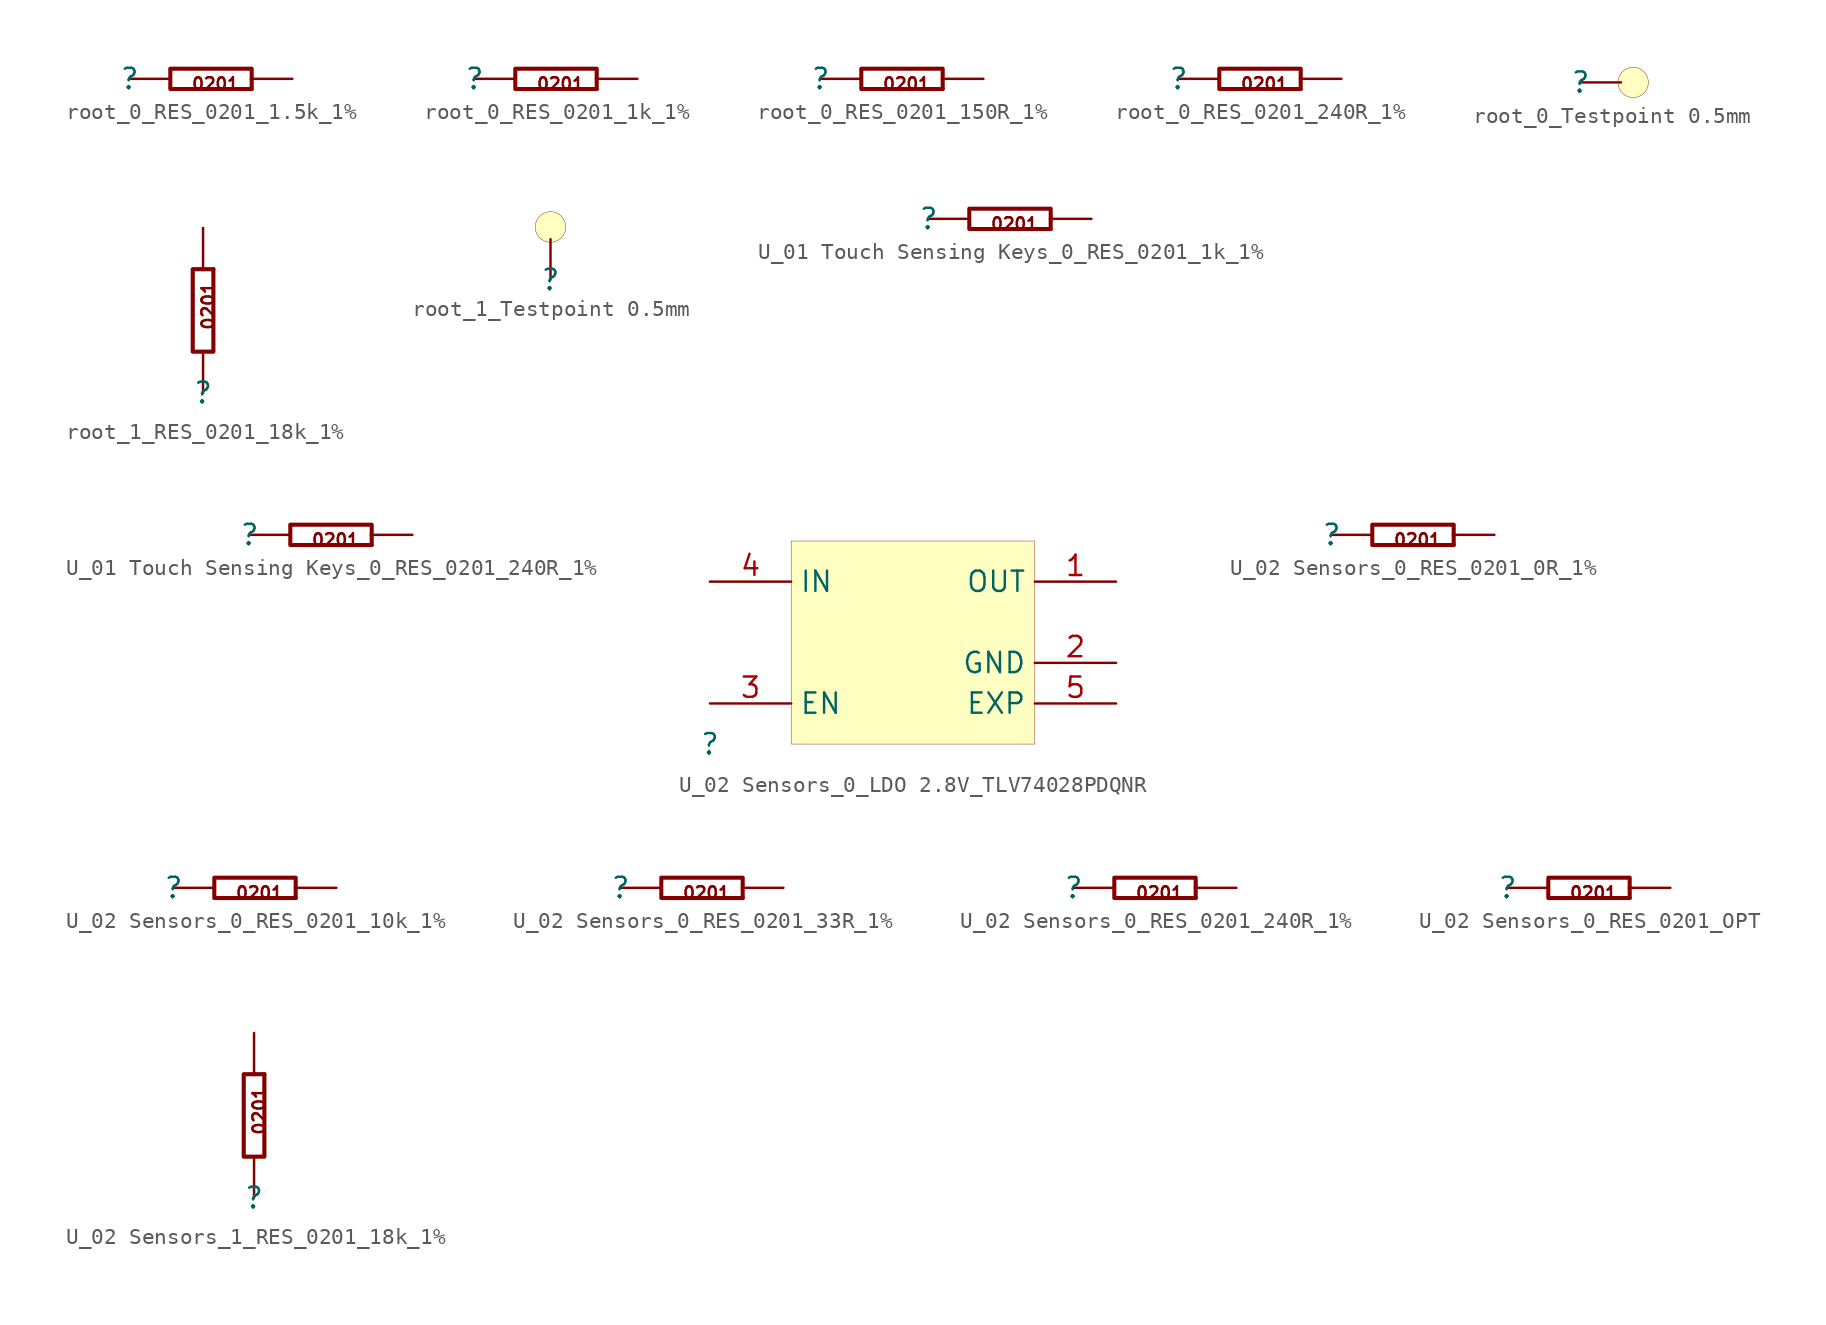
<source format=kicad_sym>
(kicad_symbol_lib
  (version 20231120)
  (generator "kicad_symbol_editor")
  (generator_version "8.0")
  (symbol "root_0_RES_0201_1.5k_1%"
    (property "Reference" ""
      (at 0 0 0)
      (effects (font (size 1.27 1.27))))
    (property "Value" ""
      (at 0 0 0)
      (effects (font (size 1.27 1.27))))
    (symbol "root_0_RES_0201_1.5k_1%_1_0"
      (polyline (pts (xy 7.62 -0.635) (xy 7.62 0)) (stroke (width 0.254) (type solid)) (fill (type none)))
      (polyline (pts (xy 7.62 0) (xy 7.62 0.635) (xy 2.54 0.635) (xy 2.54 -0.635) (xy 7.62 -0.635)) (stroke (width 0.254) (type solid)) (fill (type none)))
      (text "0201" (at 3.81 -0.762 0) (effects (font (size 0.762 0.762)) (justify left bottom)))
      (pin passive line (at 0 0 0) (length 2.54) (name "1" (effects (font (size 0 0)))) (number "1" (effects (font (size 0 0)))))
      (pin passive line (at 10.16 0 180) (length 2.54) (name "2" (effects (font (size 0 0)))) (number "2" (effects (font (size 0 0)))))))
  (symbol "root_0_RES_0201_1k_1%"
    (property "Reference" ""
      (at 0 0 0)
      (effects (font (size 1.27 1.27))))
    (property "Value" ""
      (at 0 0 0)
      (effects (font (size 1.27 1.27))))
    (symbol "root_0_RES_0201_1k_1%_1_0"
      (polyline (pts (xy 7.62 -0.635) (xy 7.62 0)) (stroke (width 0.254) (type solid)) (fill (type none)))
      (polyline (pts (xy 7.62 0) (xy 7.62 0.635) (xy 2.54 0.635) (xy 2.54 -0.635) (xy 7.62 -0.635)) (stroke (width 0.254) (type solid)) (fill (type none)))
      (text "0201" (at 3.81 -0.762 0) (effects (font (size 0.762 0.762)) (justify left bottom)))
      (pin passive line (at 0 0 0) (length 2.54) (name "1" (effects (font (size 0 0)))) (number "1" (effects (font (size 0 0)))))
      (pin passive line (at 10.16 0 180) (length 2.54) (name "2" (effects (font (size 0 0)))) (number "2" (effects (font (size 0 0)))))))
  (symbol "root_0_RES_0201_150R_1%"
    (property "Reference" ""
      (at 0 0 0)
      (effects (font (size 1.27 1.27))))
    (property "Value" ""
      (at 0 0 0)
      (effects (font (size 1.27 1.27))))
    (symbol "root_0_RES_0201_150R_1%_1_0"
      (polyline (pts (xy 7.62 -0.635) (xy 7.62 0)) (stroke (width 0.254) (type solid)) (fill (type none)))
      (polyline (pts (xy 7.62 0) (xy 7.62 0.635) (xy 2.54 0.635) (xy 2.54 -0.635) (xy 7.62 -0.635)) (stroke (width 0.254) (type solid)) (fill (type none)))
      (text "0201" (at 3.81 -0.762 0) (effects (font (size 0.762 0.762)) (justify left bottom)))
      (pin passive line (at 0 0 0) (length 2.54) (name "1" (effects (font (size 0 0)))) (number "1" (effects (font (size 0 0)))))
      (pin passive line (at 10.16 0 180) (length 2.54) (name "2" (effects (font (size 0 0)))) (number "2" (effects (font (size 0 0)))))))
  (symbol "root_0_RES_0201_240R_1%"
    (property "Reference" ""
      (at 0 0 0)
      (effects (font (size 1.27 1.27))))
    (property "Value" ""
      (at 0 0 0)
      (effects (font (size 1.27 1.27))))
    (symbol "root_0_RES_0201_240R_1%_1_0"
      (polyline (pts (xy 7.62 -0.635) (xy 7.62 0)) (stroke (width 0.254) (type solid)) (fill (type none)))
      (polyline (pts (xy 7.62 0) (xy 7.62 0.635) (xy 2.54 0.635) (xy 2.54 -0.635) (xy 7.62 -0.635)) (stroke (width 0.254) (type solid)) (fill (type none)))
      (text "0201" (at 3.81 -0.762 0) (effects (font (size 0.762 0.762)) (justify left bottom)))
      (pin passive line (at 0 0 0) (length 2.54) (name "1" (effects (font (size 0 0)))) (number "1" (effects (font (size 0 0)))))
      (pin passive line (at 10.16 0 180) (length 2.54) (name "2" (effects (font (size 0 0)))) (number "2" (effects (font (size 0 0)))))))
  (symbol "root_0_Testpoint 0.5mm"
    (property "Reference" ""
      (at 0 0 0)
      (effects (font (size 1.27 1.27))))
    (property "Value" ""
      (at 0 0 0)
      (effects (font (size 1.27 1.27))))
    (symbol "root_0_Testpoint 0.5mm_1_0"
      (circle (center 3.302 0) (radius 0.953) (stroke (width 0.025) (type solid)) (fill (type background)))
      (pin passive line (at 0 0 0) (length 2.54) (name "TP" (effects (font (size 0 0)))) (number "TP" (effects (font (size 0 0)))))))
  (symbol "root_1_RES_0201_18k_1%"
    (property "Reference" ""
      (at 0 0 0)
      (effects (font (size 1.27 1.27))))
    (property "Value" ""
      (at 0 0 0)
      (effects (font (size 1.27 1.27))))
    (symbol "root_1_RES_0201_18k_1%_1_0"
      (polyline (pts (xy 0.635 7.62) (xy 0 7.62)) (stroke (width 0.254) (type solid)) (fill (type none)))
      (polyline (pts (xy 0 7.62) (xy -0.635 7.62) (xy -0.635 2.54) (xy 0.635 2.54) (xy 0.635 7.62)) (stroke (width 0.254) (type solid)) (fill (type none)))
      (text "0201" (at 0.762 3.81 900) (effects (font (size 0.762 0.762)) (justify left bottom)))
      (pin passive line (at 0 0 90) (length 2.54) (name "1" (effects (font (size 0 0)))) (number "1" (effects (font (size 0 0)))))
      (pin passive line (at 0 10.16 270) (length 2.54) (name "2" (effects (font (size 0 0)))) (number "2" (effects (font (size 0 0)))))))
  (symbol "root_1_Testpoint 0.5mm"
    (property "Reference" ""
      (at 0 0 0)
      (effects (font (size 1.27 1.27))))
    (property "Value" ""
      (at 0 0 0)
      (effects (font (size 1.27 1.27))))
    (symbol "root_1_Testpoint 0.5mm_1_0"
      (circle (center 0 3.302) (radius 0.953) (stroke (width 0.025) (type solid)) (fill (type background)))
      (pin passive line (at 0 0 90) (length 2.54) (name "TP" (effects (font (size 0 0)))) (number "TP" (effects (font (size 0 0)))))))
  (symbol "U_01 Touch Sensing Keys_0_RES_0201_1k_1%"
    (property "Reference" ""
      (at 0 0 0)
      (effects (font (size 1.27 1.27))))
    (property "Value" ""
      (at 0 0 0)
      (effects (font (size 1.27 1.27))))
    (symbol "U_01 Touch Sensing Keys_0_RES_0201_1k_1%_1_0"
      (polyline (pts (xy 7.62 -0.635) (xy 7.62 0)) (stroke (width 0.254) (type solid)) (fill (type none)))
      (polyline (pts (xy 7.62 0) (xy 7.62 0.635) (xy 2.54 0.635) (xy 2.54 -0.635) (xy 7.62 -0.635)) (stroke (width 0.254) (type solid)) (fill (type none)))
      (text "0201" (at 3.81 -0.762 0) (effects (font (size 0.762 0.762)) (justify left bottom)))
      (pin passive line (at 0 0 0) (length 2.54) (name "1" (effects (font (size 0 0)))) (number "1" (effects (font (size 0 0)))))
      (pin passive line (at 10.16 0 180) (length 2.54) (name "2" (effects (font (size 0 0)))) (number "2" (effects (font (size 0 0)))))))
  (symbol "U_01 Touch Sensing Keys_0_RES_0201_240R_1%"
    (property "Reference" ""
      (at 0 0 0)
      (effects (font (size 1.27 1.27))))
    (property "Value" ""
      (at 0 0 0)
      (effects (font (size 1.27 1.27))))
    (symbol "U_01 Touch Sensing Keys_0_RES_0201_240R_1%_1_0"
      (polyline (pts (xy 7.62 -0.635) (xy 7.62 0)) (stroke (width 0.254) (type solid)) (fill (type none)))
      (polyline (pts (xy 7.62 0) (xy 7.62 0.635) (xy 2.54 0.635) (xy 2.54 -0.635) (xy 7.62 -0.635)) (stroke (width 0.254) (type solid)) (fill (type none)))
      (text "0201" (at 3.81 -0.762 0) (effects (font (size 0.762 0.762)) (justify left bottom)))
      (pin passive line (at 0 0 0) (length 2.54) (name "1" (effects (font (size 0 0)))) (number "1" (effects (font (size 0 0)))))
      (pin passive line (at 10.16 0 180) (length 2.54) (name "2" (effects (font (size 0 0)))) (number "2" (effects (font (size 0 0)))))))
  (symbol "U_02 Sensors_0_LDO 2.8V_TLV74028PDQNR"
    (property "Reference" ""
      (at 0 0 0)
      (effects (font (size 1.27 1.27))))
    (property "Value" ""
      (at 0 0 0)
      (effects (font (size 1.27 1.27))))
    (symbol "U_02 Sensors_0_LDO 2.8V_TLV74028PDQNR_1_0"
      (rectangle (start 20.32 12.7) (end 5.08 0) (stroke (width 0.025) (type solid) (color 128 0 0 1)) (fill (type background)))
      (pin passive line (at 25.4 10.16 180) (length 5.08) (name "OUT" (effects (font (size 1.27 1.27)))) (number "1" (effects (font (size 1.27 1.27)))))
      (pin passive line (at 25.4 5.08 180) (length 5.08) (name "GND" (effects (font (size 1.27 1.27)))) (number "2" (effects (font (size 1.27 1.27)))))
      (pin passive line (at 0 2.54 0) (length 5.08) (name "EN" (effects (font (size 1.27 1.27)))) (number "3" (effects (font (size 1.27 1.27)))))
      (pin passive line (at 0 10.16 0) (length 5.08) (name "IN" (effects (font (size 1.27 1.27)))) (number "4" (effects (font (size 1.27 1.27)))))
      (pin passive line (at 25.4 2.54 180) (length 5.08) (name "EXP" (effects (font (size 1.27 1.27)))) (number "5" (effects (font (size 1.27 1.27)))))))
  (symbol "U_02 Sensors_0_RES_0201_0R_1%"
    (property "Reference" ""
      (at 0 0 0)
      (effects (font (size 1.27 1.27))))
    (property "Value" ""
      (at 0 0 0)
      (effects (font (size 1.27 1.27))))
    (symbol "U_02 Sensors_0_RES_0201_0R_1%_1_0"
      (polyline (pts (xy 7.62 -0.635) (xy 7.62 0)) (stroke (width 0.254) (type solid)) (fill (type none)))
      (polyline (pts (xy 7.62 0) (xy 7.62 0.635) (xy 2.54 0.635) (xy 2.54 -0.635) (xy 7.62 -0.635)) (stroke (width 0.254) (type solid)) (fill (type none)))
      (text "0201" (at 3.81 -0.762 0) (effects (font (size 0.762 0.762)) (justify left bottom)))
      (pin passive line (at 0 0 0) (length 2.54) (name "1" (effects (font (size 0 0)))) (number "1" (effects (font (size 0 0)))))
      (pin passive line (at 10.16 0 180) (length 2.54) (name "2" (effects (font (size 0 0)))) (number "2" (effects (font (size 0 0)))))))
  (symbol "U_02 Sensors_0_RES_0201_10k_1%"
    (property "Reference" ""
      (at 0 0 0)
      (effects (font (size 1.27 1.27))))
    (property "Value" ""
      (at 0 0 0)
      (effects (font (size 1.27 1.27))))
    (symbol "U_02 Sensors_0_RES_0201_10k_1%_1_0"
      (polyline (pts (xy 7.62 -0.635) (xy 7.62 0)) (stroke (width 0.254) (type solid)) (fill (type none)))
      (polyline (pts (xy 7.62 0) (xy 7.62 0.635) (xy 2.54 0.635) (xy 2.54 -0.635) (xy 7.62 -0.635)) (stroke (width 0.254) (type solid)) (fill (type none)))
      (text "0201" (at 3.81 -0.762 0) (effects (font (size 0.762 0.762)) (justify left bottom)))
      (pin passive line (at 0 0 0) (length 2.54) (name "1" (effects (font (size 0 0)))) (number "1" (effects (font (size 0 0)))))
      (pin passive line (at 10.16 0 180) (length 2.54) (name "2" (effects (font (size 0 0)))) (number "2" (effects (font (size 0 0)))))))
  (symbol "U_02 Sensors_0_RES_0201_33R_1%"
    (property "Reference" ""
      (at 0 0 0)
      (effects (font (size 1.27 1.27))))
    (property "Value" ""
      (at 0 0 0)
      (effects (font (size 1.27 1.27))))
    (symbol "U_02 Sensors_0_RES_0201_33R_1%_1_0"
      (polyline (pts (xy 7.62 -0.635) (xy 7.62 0)) (stroke (width 0.254) (type solid)) (fill (type none)))
      (polyline (pts (xy 7.62 0) (xy 7.62 0.635) (xy 2.54 0.635) (xy 2.54 -0.635) (xy 7.62 -0.635)) (stroke (width 0.254) (type solid)) (fill (type none)))
      (text "0201" (at 3.81 -0.762 0) (effects (font (size 0.762 0.762)) (justify left bottom)))
      (pin passive line (at 0 0 0) (length 2.54) (name "1" (effects (font (size 0 0)))) (number "1" (effects (font (size 0 0)))))
      (pin passive line (at 10.16 0 180) (length 2.54) (name "2" (effects (font (size 0 0)))) (number "2" (effects (font (size 0 0)))))))
  (symbol "U_02 Sensors_0_RES_0201_240R_1%"
    (property "Reference" ""
      (at 0 0 0)
      (effects (font (size 1.27 1.27))))
    (property "Value" ""
      (at 0 0 0)
      (effects (font (size 1.27 1.27))))
    (symbol "U_02 Sensors_0_RES_0201_240R_1%_1_0"
      (polyline (pts (xy 7.62 -0.635) (xy 7.62 0)) (stroke (width 0.254) (type solid)) (fill (type none)))
      (polyline (pts (xy 7.62 0) (xy 7.62 0.635) (xy 2.54 0.635) (xy 2.54 -0.635) (xy 7.62 -0.635)) (stroke (width 0.254) (type solid)) (fill (type none)))
      (text "0201" (at 3.81 -0.762 0) (effects (font (size 0.762 0.762)) (justify left bottom)))
      (pin passive line (at 0 0 0) (length 2.54) (name "1" (effects (font (size 0 0)))) (number "1" (effects (font (size 0 0)))))
      (pin passive line (at 10.16 0 180) (length 2.54) (name "2" (effects (font (size 0 0)))) (number "2" (effects (font (size 0 0)))))))
  (symbol "U_02 Sensors_0_RES_0201_OPT"
    (property "Reference" ""
      (at 0 0 0)
      (effects (font (size 1.27 1.27))))
    (property "Value" ""
      (at 0 0 0)
      (effects (font (size 1.27 1.27))))
    (symbol "U_02 Sensors_0_RES_0201_OPT_1_0"
      (polyline (pts (xy 7.62 -0.635) (xy 7.62 0)) (stroke (width 0.254) (type solid)) (fill (type none)))
      (polyline (pts (xy 7.62 0) (xy 7.62 0.635) (xy 2.54 0.635) (xy 2.54 -0.635) (xy 7.62 -0.635)) (stroke (width 0.254) (type solid)) (fill (type none)))
      (text "0201" (at 3.81 -0.762 0) (effects (font (size 0.762 0.762)) (justify left bottom)))
      (pin passive line (at 0 0 0) (length 2.54) (name "1" (effects (font (size 0 0)))) (number "1" (effects (font (size 0 0)))))
      (pin passive line (at 10.16 0 180) (length 2.54) (name "2" (effects (font (size 0 0)))) (number "2" (effects (font (size 0 0)))))))
  (symbol "U_02 Sensors_1_RES_0201_18k_1%"
    (property "Reference" ""
      (at 0 0 0)
      (effects (font (size 1.27 1.27))))
    (property "Value" ""
      (at 0 0 0)
      (effects (font (size 1.27 1.27))))
    (symbol "U_02 Sensors_1_RES_0201_18k_1%_1_0"
      (polyline (pts (xy 0.635 7.62) (xy 0 7.62)) (stroke (width 0.254) (type solid)) (fill (type none)))
      (polyline (pts (xy 0 7.62) (xy -0.635 7.62) (xy -0.635 2.54) (xy 0.635 2.54) (xy 0.635 7.62)) (stroke (width 0.254) (type solid)) (fill (type none)))
      (text "0201" (at 0.762 3.81 900) (effects (font (size 0.762 0.762)) (justify left bottom)))
      (pin passive line (at 0 0 90) (length 2.54) (name "1" (effects (font (size 0 0)))) (number "1" (effects (font (size 0 0)))))
      (pin passive line (at 0 10.16 270) (length 2.54) (name "2" (effects (font (size 0 0)))) (number "2" (effects (font (size 0 0))))))))
</source>
